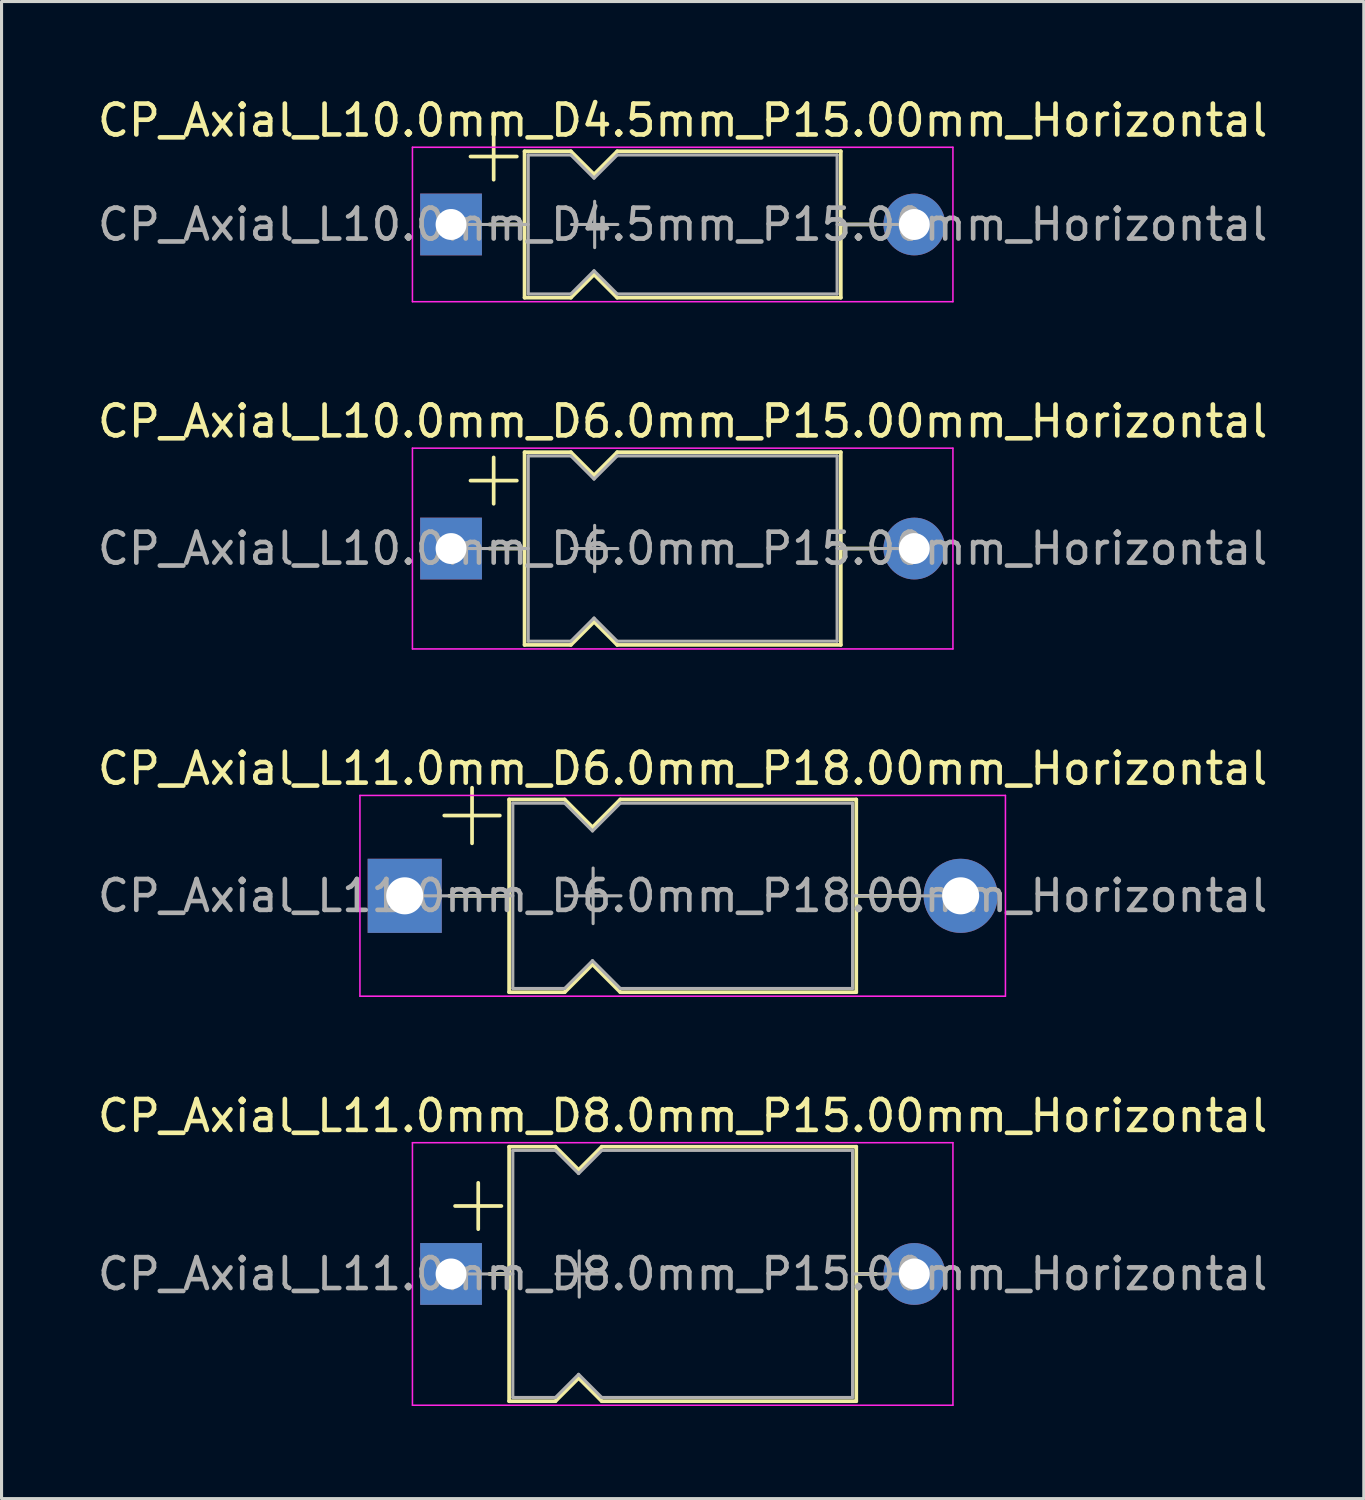
<source format=kicad_pcb>
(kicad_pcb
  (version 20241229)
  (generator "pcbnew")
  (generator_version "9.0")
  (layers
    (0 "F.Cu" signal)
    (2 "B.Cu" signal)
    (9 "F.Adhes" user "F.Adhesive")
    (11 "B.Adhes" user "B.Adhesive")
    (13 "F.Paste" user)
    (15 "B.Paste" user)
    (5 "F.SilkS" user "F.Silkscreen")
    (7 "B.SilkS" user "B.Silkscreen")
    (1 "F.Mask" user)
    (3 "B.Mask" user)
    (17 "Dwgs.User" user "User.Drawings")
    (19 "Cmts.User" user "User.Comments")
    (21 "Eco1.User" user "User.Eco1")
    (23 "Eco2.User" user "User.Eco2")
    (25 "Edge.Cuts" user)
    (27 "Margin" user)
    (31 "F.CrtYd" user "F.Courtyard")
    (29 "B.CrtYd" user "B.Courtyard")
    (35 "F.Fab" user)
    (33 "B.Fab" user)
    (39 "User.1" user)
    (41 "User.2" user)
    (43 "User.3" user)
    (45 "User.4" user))
  (footprint "CP_Axial_L10.0mm_D6.0mm_P15.00mm_Horizontal"
    (layer "F.Cu")
    (at 11.554 14.711)
    (property "Reference" "CP_Axial_L10.0mm_D6.0mm_P15.00mm_Horizontal" (at 7.5 -4.12 0) (layer "F.SilkS") (effects (font (size 1 1) (thickness 0.15))))
    (attr through_hole)
    (fp_line (start 0.63 -2.2) (end 2.13 -2.2) (stroke (width 0.12) (type solid)) (layer "F.SilkS"))
    (fp_line (start 1.24 0) (end 2.38 0) (stroke (width 0.12) (type solid)) (layer "F.SilkS"))
    (fp_line (start 1.38 -2.95) (end 1.38 -1.45) (stroke (width 0.12) (type solid)) (layer "F.SilkS"))
    (fp_line (start 2.38 -3.12) (end 2.38 3.12) (stroke (width 0.12) (type solid)) (layer "F.SilkS"))
    (fp_line (start 2.38 -3.12) (end 3.88 -3.12) (stroke (width 0.12) (type solid)) (layer "F.SilkS"))
    (fp_line (start 2.38 3.12) (end 3.88 3.12) (stroke (width 0.12) (type solid)) (layer "F.SilkS"))
    (fp_line (start 3.88 -3.12) (end 4.63 -2.37) (stroke (width 0.12) (type solid)) (layer "F.SilkS"))
    (fp_line (start 3.88 3.12) (end 4.63 2.37) (stroke (width 0.12) (type solid)) (layer "F.SilkS"))
    (fp_line (start 4.63 -2.37) (end 5.38 -3.12) (stroke (width 0.12) (type solid)) (layer "F.SilkS"))
    (fp_line (start 4.63 2.37) (end 5.38 3.12) (stroke (width 0.12) (type solid)) (layer "F.SilkS"))
    (fp_line (start 5.38 -3.12) (end 12.62 -3.12) (stroke (width 0.12) (type solid)) (layer "F.SilkS"))
    (fp_line (start 5.38 3.12) (end 12.62 3.12) (stroke (width 0.12) (type solid)) (layer "F.SilkS"))
    (fp_line (start 12.62 -3.12) (end 12.62 3.12) (stroke (width 0.12) (type solid)) (layer "F.SilkS"))
    (fp_line (start 13.76 0) (end 12.62 0) (stroke (width 0.12) (type solid)) (layer "F.SilkS"))
    (fp_line (start -1.25 -3.25) (end -1.25 3.25) (stroke (width 0.05) (type solid)) (layer "F.CrtYd"))
    (fp_line (start -1.25 3.25) (end 16.25 3.25) (stroke (width 0.05) (type solid)) (layer "F.CrtYd"))
    (fp_line (start 16.25 -3.25) (end -1.25 -3.25) (stroke (width 0.05) (type solid)) (layer "F.CrtYd"))
    (fp_line (start 16.25 3.25) (end 16.25 -3.25) (stroke (width 0.05) (type solid)) (layer "F.CrtYd"))
    (fp_line (start 0 0) (end 2.5 0) (stroke (width 0.1) (type solid)) (layer "F.Fab"))
    (fp_line (start 2.5 -3) (end 2.5 3) (stroke (width 0.1) (type solid)) (layer "F.Fab"))
    (fp_line (start 2.5 -3) (end 3.88 -3) (stroke (width 0.1) (type solid)) (layer "F.Fab"))
    (fp_line (start 2.5 3) (end 3.88 3) (stroke (width 0.1) (type solid)) (layer "F.Fab"))
    (fp_line (start 3.88 -3) (end 4.63 -2.25) (stroke (width 0.1) (type solid)) (layer "F.Fab"))
    (fp_line (start 3.88 3) (end 4.63 2.25) (stroke (width 0.1) (type solid)) (layer "F.Fab"))
    (fp_line (start 3.9 0) (end 5.4 0) (stroke (width 0.1) (type solid)) (layer "F.Fab"))
    (fp_line (start 4.63 -2.25) (end 5.38 -3) (stroke (width 0.1) (type solid)) (layer "F.Fab"))
    (fp_line (start 4.63 2.25) (end 5.38 3) (stroke (width 0.1) (type solid)) (layer "F.Fab"))
    (fp_line (start 4.65 -0.75) (end 4.65 0.75) (stroke (width 0.1) (type solid)) (layer "F.Fab"))
    (fp_line (start 5.38 -3) (end 12.5 -3) (stroke (width 0.1) (type solid)) (layer "F.Fab"))
    (fp_line (start 5.38 3) (end 12.5 3) (stroke (width 0.1) (type solid)) (layer "F.Fab"))
    (fp_line (start 12.5 -3) (end 12.5 3) (stroke (width 0.1) (type solid)) (layer "F.Fab"))
    (fp_line (start 15 0) (end 12.5 0) (stroke (width 0.1) (type solid)) (layer "F.Fab"))
    (fp_text user "${REFERENCE}" (at 7.5 0 0) (layer "F.Fab") (effects (font (size 1 1) (thickness 0.15))))
    (pad "1" thru_hole rect (at 0 0) (size 2 2) (drill 1) (layers "*.Cu" "*.Mask"))
    (pad "2" thru_hole oval (at 15 0) (size 2 2) (drill 1) (layers "*.Cu" "*.Mask")))
  (footprint "CP_Axial_L11.0mm_D8.0mm_P15.00mm_Horizontal"
    (layer "F.Cu")
    (at 11.554 38.198)
    (property "Reference" "CP_Axial_L11.0mm_D8.0mm_P15.00mm_Horizontal" (at 7.5 -5.12 0) (layer "F.SilkS") (effects (font (size 1 1) (thickness 0.15))))
    (attr through_hole)
    (fp_line (start 0.13 -2.2) (end 1.63 -2.2) (stroke (width 0.12) (type solid)) (layer "F.SilkS"))
    (fp_line (start 0.88 -2.95) (end 0.88 -1.45) (stroke (width 0.12) (type solid)) (layer "F.SilkS"))
    (fp_line (start 1.24 0) (end 1.88 0) (stroke (width 0.12) (type solid)) (layer "F.SilkS"))
    (fp_line (start 1.88 -4.12) (end 1.88 4.12) (stroke (width 0.12) (type solid)) (layer "F.SilkS"))
    (fp_line (start 1.88 -4.12) (end 3.38 -4.12) (stroke (width 0.12) (type solid)) (layer "F.SilkS"))
    (fp_line (start 1.88 4.12) (end 3.38 4.12) (stroke (width 0.12) (type solid)) (layer "F.SilkS"))
    (fp_line (start 3.38 -4.12) (end 4.13 -3.37) (stroke (width 0.12) (type solid)) (layer "F.SilkS"))
    (fp_line (start 3.38 4.12) (end 4.13 3.37) (stroke (width 0.12) (type solid)) (layer "F.SilkS"))
    (fp_line (start 4.13 -3.37) (end 4.88 -4.12) (stroke (width 0.12) (type solid)) (layer "F.SilkS"))
    (fp_line (start 4.13 3.37) (end 4.88 4.12) (stroke (width 0.12) (type solid)) (layer "F.SilkS"))
    (fp_line (start 4.88 -4.12) (end 13.12 -4.12) (stroke (width 0.12) (type solid)) (layer "F.SilkS"))
    (fp_line (start 4.88 4.12) (end 13.12 4.12) (stroke (width 0.12) (type solid)) (layer "F.SilkS"))
    (fp_line (start 13.12 -4.12) (end 13.12 4.12) (stroke (width 0.12) (type solid)) (layer "F.SilkS"))
    (fp_line (start 13.76 0) (end 13.12 0) (stroke (width 0.12) (type solid)) (layer "F.SilkS"))
    (fp_line (start -1.25 -4.25) (end -1.25 4.25) (stroke (width 0.05) (type solid)) (layer "F.CrtYd"))
    (fp_line (start -1.25 4.25) (end 16.25 4.25) (stroke (width 0.05) (type solid)) (layer "F.CrtYd"))
    (fp_line (start 16.25 -4.25) (end -1.25 -4.25) (stroke (width 0.05) (type solid)) (layer "F.CrtYd"))
    (fp_line (start 16.25 4.25) (end 16.25 -4.25) (stroke (width 0.05) (type solid)) (layer "F.CrtYd"))
    (fp_line (start 0 0) (end 2 0) (stroke (width 0.1) (type solid)) (layer "F.Fab"))
    (fp_line (start 2 -4) (end 2 4) (stroke (width 0.1) (type solid)) (layer "F.Fab"))
    (fp_line (start 2 -4) (end 3.38 -4) (stroke (width 0.1) (type solid)) (layer "F.Fab"))
    (fp_line (start 2 4) (end 3.38 4) (stroke (width 0.1) (type solid)) (layer "F.Fab"))
    (fp_line (start 3.38 -4) (end 4.13 -3.25) (stroke (width 0.1) (type solid)) (layer "F.Fab"))
    (fp_line (start 3.38 4) (end 4.13 3.25) (stroke (width 0.1) (type solid)) (layer "F.Fab"))
    (fp_line (start 3.4 0) (end 4.9 0) (stroke (width 0.1) (type solid)) (layer "F.Fab"))
    (fp_line (start 4.13 -3.25) (end 4.88 -4) (stroke (width 0.1) (type solid)) (layer "F.Fab"))
    (fp_line (start 4.13 3.25) (end 4.88 4) (stroke (width 0.1) (type solid)) (layer "F.Fab"))
    (fp_line (start 4.15 -0.75) (end 4.15 0.75) (stroke (width 0.1) (type solid)) (layer "F.Fab"))
    (fp_line (start 4.88 -4) (end 13 -4) (stroke (width 0.1) (type solid)) (layer "F.Fab"))
    (fp_line (start 4.88 4) (end 13 4) (stroke (width 0.1) (type solid)) (layer "F.Fab"))
    (fp_line (start 13 -4) (end 13 4) (stroke (width 0.1) (type solid)) (layer "F.Fab"))
    (fp_line (start 15 0) (end 13 0) (stroke (width 0.1) (type solid)) (layer "F.Fab"))
    (fp_text user "${REFERENCE}" (at 7.5 0 0) (layer "F.Fab") (effects (font (size 1 1) (thickness 0.15))))
    (pad "1" thru_hole rect (at 0 0) (size 2 2) (drill 1) (layers "*.Cu" "*.Mask"))
    (pad "2" thru_hole oval (at 15 0) (size 2 2) (drill 1) (layers "*.Cu" "*.Mask")))
  (footprint "CP_Axial_L11.0mm_D6.0mm_P18.00mm_Horizontal"
    (layer "F.Cu")
    (at 10.054 25.955)
    (property "Reference" "CP_Axial_L11.0mm_D6.0mm_P18.00mm_Horizontal" (at 9 -4.12 0) (layer "F.SilkS") (effects (font (size 1 1) (thickness 0.15))))
    (attr through_hole)
    (fp_line (start 1.28 -2.6) (end 3.08 -2.6) (stroke (width 0.12) (type solid)) (layer "F.SilkS"))
    (fp_line (start 1.44 0) (end 3.38 0) (stroke (width 0.12) (type solid)) (layer "F.SilkS"))
    (fp_line (start 2.18 -3.5) (end 2.18 -1.7) (stroke (width 0.12) (type solid)) (layer "F.SilkS"))
    (fp_line (start 3.38 -3.12) (end 3.38 3.12) (stroke (width 0.12) (type solid)) (layer "F.SilkS"))
    (fp_line (start 3.38 -3.12) (end 5.18 -3.12) (stroke (width 0.12) (type solid)) (layer "F.SilkS"))
    (fp_line (start 3.38 3.12) (end 5.18 3.12) (stroke (width 0.12) (type solid)) (layer "F.SilkS"))
    (fp_line (start 5.18 -3.12) (end 6.08 -2.22) (stroke (width 0.12) (type solid)) (layer "F.SilkS"))
    (fp_line (start 5.18 3.12) (end 6.08 2.22) (stroke (width 0.12) (type solid)) (layer "F.SilkS"))
    (fp_line (start 6.08 -2.22) (end 6.98 -3.12) (stroke (width 0.12) (type solid)) (layer "F.SilkS"))
    (fp_line (start 6.08 2.22) (end 6.98 3.12) (stroke (width 0.12) (type solid)) (layer "F.SilkS"))
    (fp_line (start 6.98 -3.12) (end 14.62 -3.12) (stroke (width 0.12) (type solid)) (layer "F.SilkS"))
    (fp_line (start 6.98 3.12) (end 14.62 3.12) (stroke (width 0.12) (type solid)) (layer "F.SilkS"))
    (fp_line (start 14.62 -3.12) (end 14.62 3.12) (stroke (width 0.12) (type solid)) (layer "F.SilkS"))
    (fp_line (start 16.56 0) (end 14.62 0) (stroke (width 0.12) (type solid)) (layer "F.SilkS"))
    (fp_line (start -1.45 -3.25) (end -1.45 3.25) (stroke (width 0.05) (type solid)) (layer "F.CrtYd"))
    (fp_line (start -1.45 3.25) (end 19.45 3.25) (stroke (width 0.05) (type solid)) (layer "F.CrtYd"))
    (fp_line (start 19.45 -3.25) (end -1.45 -3.25) (stroke (width 0.05) (type solid)) (layer "F.CrtYd"))
    (fp_line (start 19.45 3.25) (end 19.45 -3.25) (stroke (width 0.05) (type solid)) (layer "F.CrtYd"))
    (fp_line (start 0 0) (end 3.5 0) (stroke (width 0.1) (type solid)) (layer "F.Fab"))
    (fp_line (start 3.5 -3) (end 3.5 3) (stroke (width 0.1) (type solid)) (layer "F.Fab"))
    (fp_line (start 3.5 -3) (end 5.18 -3) (stroke (width 0.1) (type solid)) (layer "F.Fab"))
    (fp_line (start 3.5 3) (end 5.18 3) (stroke (width 0.1) (type solid)) (layer "F.Fab"))
    (fp_line (start 5.18 -3) (end 6.08 -2.1) (stroke (width 0.1) (type solid)) (layer "F.Fab"))
    (fp_line (start 5.18 3) (end 6.08 2.1) (stroke (width 0.1) (type solid)) (layer "F.Fab"))
    (fp_line (start 5.2 0) (end 7 0) (stroke (width 0.1) (type solid)) (layer "F.Fab"))
    (fp_line (start 6.08 -2.1) (end 6.98 -3) (stroke (width 0.1) (type solid)) (layer "F.Fab"))
    (fp_line (start 6.08 2.1) (end 6.98 3) (stroke (width 0.1) (type solid)) (layer "F.Fab"))
    (fp_line (start 6.1 -0.9) (end 6.1 0.9) (stroke (width 0.1) (type solid)) (layer "F.Fab"))
    (fp_line (start 6.98 -3) (end 14.5 -3) (stroke (width 0.1) (type solid)) (layer "F.Fab"))
    (fp_line (start 6.98 3) (end 14.5 3) (stroke (width 0.1) (type solid)) (layer "F.Fab"))
    (fp_line (start 14.5 -3) (end 14.5 3) (stroke (width 0.1) (type solid)) (layer "F.Fab"))
    (fp_line (start 18 0) (end 14.5 0) (stroke (width 0.1) (type solid)) (layer "F.Fab"))
    (fp_text user "${REFERENCE}" (at 9 0 0) (layer "F.Fab") (effects (font (size 1 1) (thickness 0.15))))
    (pad "1" thru_hole rect (at 0 0) (size 2.4 2.4) (drill 1.2) (layers "*.Cu" "*.Mask"))
    (pad "2" thru_hole oval (at 18 0) (size 2.4 2.4) (drill 1.2) (layers "*.Cu" "*.Mask")))
  (footprint "CP_Axial_L10.0mm_D4.5mm_P15.00mm_Horizontal"
    (layer "F.Cu")
    (at 11.554 4.218)
    (property "Reference" "CP_Axial_L10.0mm_D4.5mm_P15.00mm_Horizontal" (at 7.5 -3.37 0) (layer "F.SilkS") (effects (font (size 1 1) (thickness 0.15))))
    (attr through_hole)
    (fp_line (start 0.63 -2.2) (end 2.13 -2.2) (stroke (width 0.12) (type solid)) (layer "F.SilkS"))
    (fp_line (start 1.24 0) (end 2.38 0) (stroke (width 0.12) (type solid)) (layer "F.SilkS"))
    (fp_line (start 1.38 -2.95) (end 1.38 -1.45) (stroke (width 0.12) (type solid)) (layer "F.SilkS"))
    (fp_line (start 2.38 -2.37) (end 2.38 2.37) (stroke (width 0.12) (type solid)) (layer "F.SilkS"))
    (fp_line (start 2.38 -2.37) (end 3.88 -2.37) (stroke (width 0.12) (type solid)) (layer "F.SilkS"))
    (fp_line (start 2.38 2.37) (end 3.88 2.37) (stroke (width 0.12) (type solid)) (layer "F.SilkS"))
    (fp_line (start 3.88 -2.37) (end 4.63 -1.62) (stroke (width 0.12) (type solid)) (layer "F.SilkS"))
    (fp_line (start 3.88 2.37) (end 4.63 1.62) (stroke (width 0.12) (type solid)) (layer "F.SilkS"))
    (fp_line (start 4.63 -1.62) (end 5.38 -2.37) (stroke (width 0.12) (type solid)) (layer "F.SilkS"))
    (fp_line (start 4.63 1.62) (end 5.38 2.37) (stroke (width 0.12) (type solid)) (layer "F.SilkS"))
    (fp_line (start 5.38 -2.37) (end 12.62 -2.37) (stroke (width 0.12) (type solid)) (layer "F.SilkS"))
    (fp_line (start 5.38 2.37) (end 12.62 2.37) (stroke (width 0.12) (type solid)) (layer "F.SilkS"))
    (fp_line (start 12.62 -2.37) (end 12.62 2.37) (stroke (width 0.12) (type solid)) (layer "F.SilkS"))
    (fp_line (start 13.76 0) (end 12.62 0) (stroke (width 0.12) (type solid)) (layer "F.SilkS"))
    (fp_line (start -1.25 -2.5) (end -1.25 2.5) (stroke (width 0.05) (type solid)) (layer "F.CrtYd"))
    (fp_line (start -1.25 2.5) (end 16.25 2.5) (stroke (width 0.05) (type solid)) (layer "F.CrtYd"))
    (fp_line (start 16.25 -2.5) (end -1.25 -2.5) (stroke (width 0.05) (type solid)) (layer "F.CrtYd"))
    (fp_line (start 16.25 2.5) (end 16.25 -2.5) (stroke (width 0.05) (type solid)) (layer "F.CrtYd"))
    (fp_line (start 0 0) (end 2.5 0) (stroke (width 0.1) (type solid)) (layer "F.Fab"))
    (fp_line (start 2.5 -2.25) (end 2.5 2.25) (stroke (width 0.1) (type solid)) (layer "F.Fab"))
    (fp_line (start 2.5 -2.25) (end 3.88 -2.25) (stroke (width 0.1) (type solid)) (layer "F.Fab"))
    (fp_line (start 2.5 2.25) (end 3.88 2.25) (stroke (width 0.1) (type solid)) (layer "F.Fab"))
    (fp_line (start 3.88 -2.25) (end 4.63 -1.5) (stroke (width 0.1) (type solid)) (layer "F.Fab"))
    (fp_line (start 3.88 2.25) (end 4.63 1.5) (stroke (width 0.1) (type solid)) (layer "F.Fab"))
    (fp_line (start 3.9 0) (end 5.4 0) (stroke (width 0.1) (type solid)) (layer "F.Fab"))
    (fp_line (start 4.63 -1.5) (end 5.38 -2.25) (stroke (width 0.1) (type solid)) (layer "F.Fab"))
    (fp_line (start 4.63 1.5) (end 5.38 2.25) (stroke (width 0.1) (type solid)) (layer "F.Fab"))
    (fp_line (start 4.65 -0.75) (end 4.65 0.75) (stroke (width 0.1) (type solid)) (layer "F.Fab"))
    (fp_line (start 5.38 -2.25) (end 12.5 -2.25) (stroke (width 0.1) (type solid)) (layer "F.Fab"))
    (fp_line (start 5.38 2.25) (end 12.5 2.25) (stroke (width 0.1) (type solid)) (layer "F.Fab"))
    (fp_line (start 12.5 -2.25) (end 12.5 2.25) (stroke (width 0.1) (type solid)) (layer "F.Fab"))
    (fp_line (start 15 0) (end 12.5 0) (stroke (width 0.1) (type solid)) (layer "F.Fab"))
    (fp_text user "${REFERENCE}" (at 7.5 0 0) (layer "F.Fab") (effects (font (size 1 1) (thickness 0.15))))
    (pad "1" thru_hole rect (at 0 0) (size 2 2) (drill 1) (layers "*.Cu" "*.Mask"))
    (pad "2" thru_hole oval (at 15 0) (size 2 2) (drill 1) (layers "*.Cu" "*.Mask")))
  (gr_rect
    (start -3 -3)
    (end 41.107 45.473)
    (stroke (width 0.1) (type default))
    (fill no)
    (layer "Edge.Cuts")))
</source>
